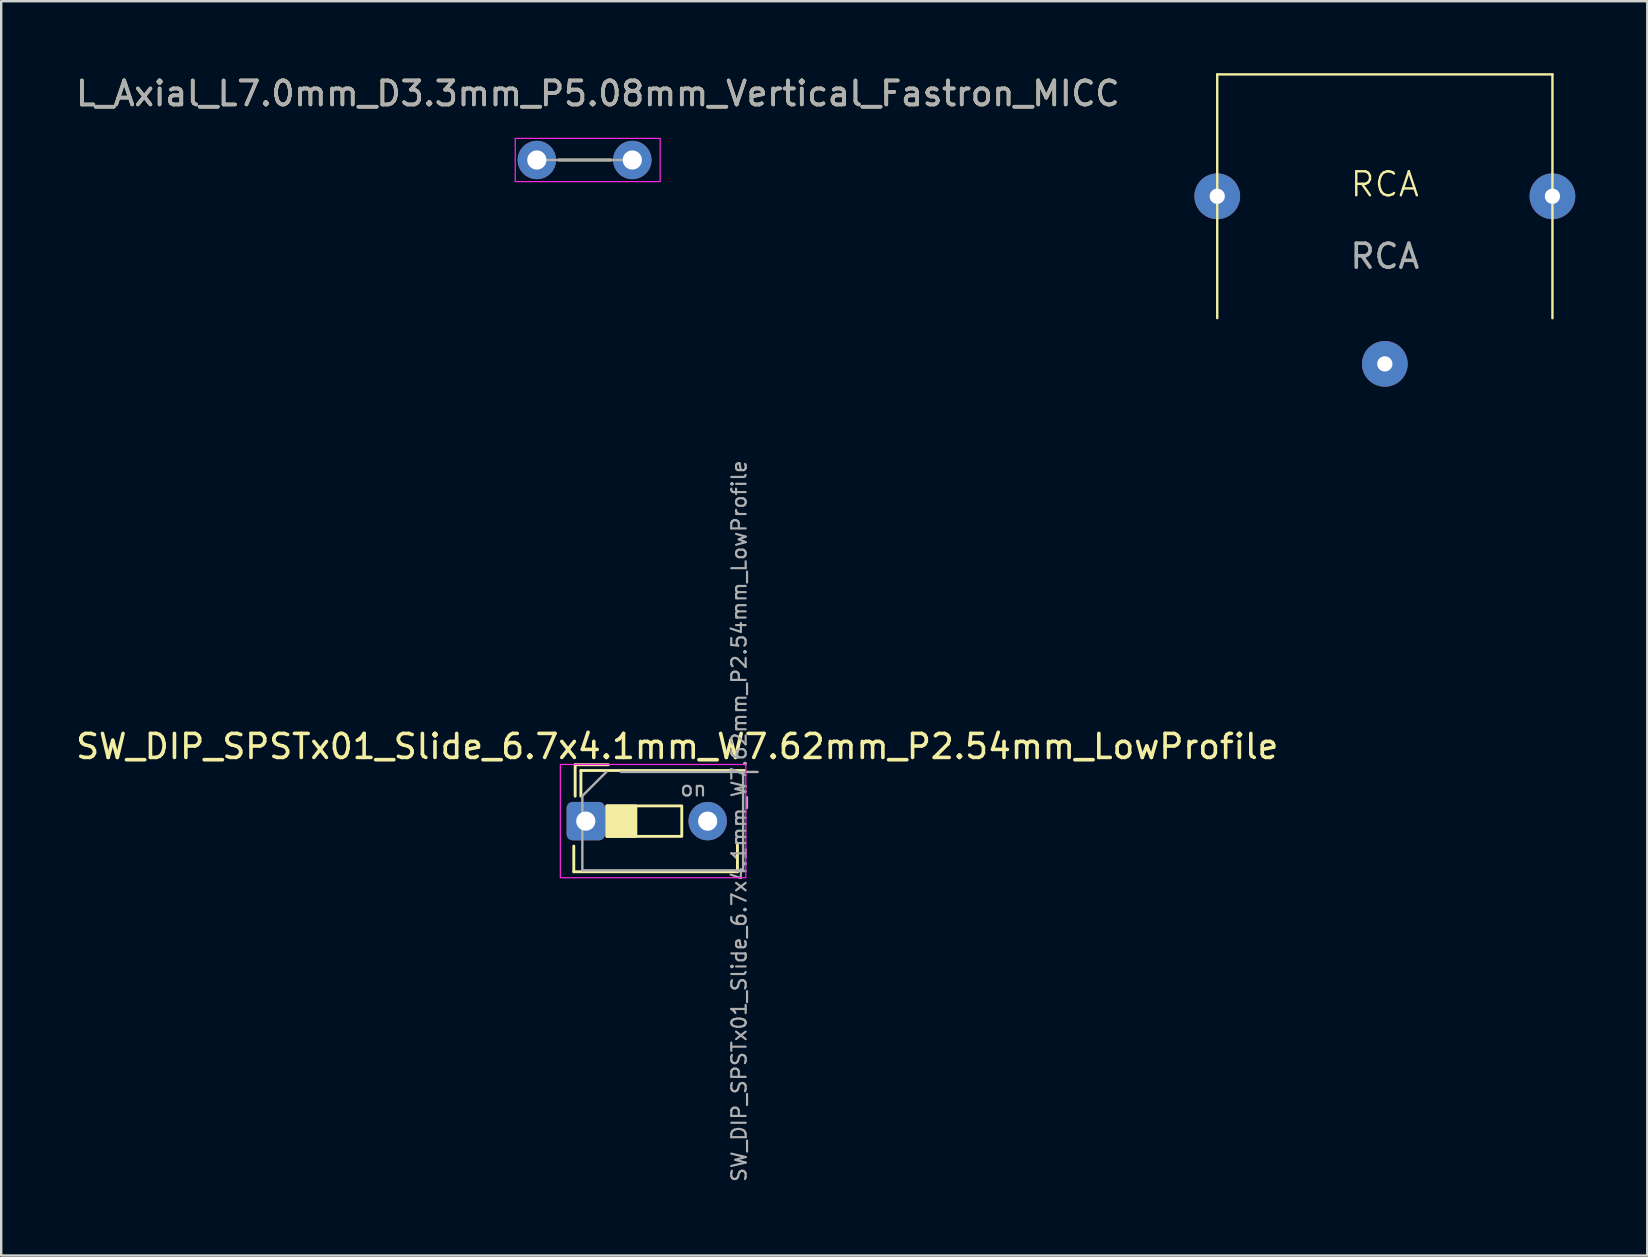
<source format=kicad_pcb>
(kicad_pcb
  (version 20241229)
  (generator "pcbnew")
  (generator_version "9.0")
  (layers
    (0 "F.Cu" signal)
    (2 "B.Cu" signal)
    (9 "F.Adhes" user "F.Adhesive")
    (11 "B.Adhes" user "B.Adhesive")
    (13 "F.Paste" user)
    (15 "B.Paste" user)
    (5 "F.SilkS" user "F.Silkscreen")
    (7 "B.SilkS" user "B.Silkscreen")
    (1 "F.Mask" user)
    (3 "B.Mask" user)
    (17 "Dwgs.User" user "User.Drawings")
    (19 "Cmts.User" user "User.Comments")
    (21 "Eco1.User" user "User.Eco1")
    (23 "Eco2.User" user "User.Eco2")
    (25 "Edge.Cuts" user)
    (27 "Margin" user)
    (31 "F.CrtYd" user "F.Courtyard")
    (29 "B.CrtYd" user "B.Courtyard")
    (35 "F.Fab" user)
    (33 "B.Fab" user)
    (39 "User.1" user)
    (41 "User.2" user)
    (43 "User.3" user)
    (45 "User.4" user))
  (footprint "RCA"
    (layer "F.Cu")
    (at 54.664 5.13)
    (property "Reference" "RCA" (at 0 -0.5 0) (unlocked yes) (layer "F.SilkS") (effects (font (size 1 1) (thickness 0.1))))
    (attr smd)
    (fp_line (start -6.985 -5.08) (end -6.985 0) (stroke (width 0.1) (type default)) (layer "F.SilkS"))
    (fp_line (start -6.985 0) (end -6.985 5.08) (stroke (width 0.1) (type default)) (layer "F.SilkS"))
    (fp_line (start 6.985 -5.08) (end -6.985 -5.08) (stroke (width 0.1) (type default)) (layer "F.SilkS"))
    (fp_line (start 6.985 0) (end 6.985 -5.08) (stroke (width 0.1) (type default)) (layer "F.SilkS"))
    (fp_line (start 6.985 5.08) (end 6.985 0) (stroke (width 0.1) (type default)) (layer "F.SilkS"))
    (fp_text user "${REFERENCE}" (at 0 2.5 0) (unlocked yes) (layer "F.Fab") (effects (font (size 1 1) (thickness 0.15))))
    (pad "1" thru_hole circle (at 0 6.985) (size 1.905 1.905) (drill 0.635) (layers "*.Cu" "*.Mask"))
    (pad "2" thru_hole circle (at -6.985 0) (size 1.905 1.905) (drill 0.635) (layers "*.Cu" "*.Mask"))
    (pad "2" thru_hole circle (at 6.985 0) (size 1.905 1.905) (drill 0.635) (layers "*.Cu" "*.Mask")))
  (footprint "L_Axial_L7.0mm_D3.3mm_P5.08mm_Vertical_Fastron_MICC"
    (layer "F.Cu")
    (at 19.323 3.618)
    (property "Reference" "L_Axial_L7.0mm_D3.3mm_P5.08mm_Vertical_Fastron_MICC" (at 2.54 -2.77 0) (layer "F.SilkS") (effects (font (size 1 1) (thickness 0.15))))
    (attr through_hole)
    (fp_line (start 0.895 0) (end 3.105 0) (stroke (width 0.12) (type solid)) (layer "F.SilkS"))
    (fp_rect (start -0.9 -0.9) (end 5.14 0.9) (stroke (width 0.05) (type solid)) (fill no) (layer "F.CrtYd"))
    (fp_line (start 0 0) (end 4 0) (stroke (width 0.1) (type solid)) (layer "F.Fab"))
    (fp_text user "${REFERENCE}" (at 2.54 -2.77 0) (layer "F.Fab") (effects (font (size 1 1) (thickness 0.15))))
    (pad "1" thru_hole circle (at 0 0) (size 1.6 1.6) (drill 0.8) (layers "*.Cu" "*.Mask"))
    (pad "2" thru_hole circle (at 3.98 0) (size 1.6 1.6) (drill 0.8) (layers "*.Cu" "*.Mask")))
  (footprint "SW_DIP_SPSTx01_Slide_6.7x4.1mm_W7.62mm_P2.54mm_LowProfile"
    (layer "F.Cu")
    (at 21.363 31.171)
    (property "Reference" "SW_DIP_SPSTx01_Slide_6.7x4.1mm_W7.62mm_P2.54mm_LowProfile" (at 3.81 -3.11 0) (layer "F.SilkS") (effects (font (size 1 1) (thickness 0.15))))
    (attr through_hole)
    (fp_line (start -0.5 1.04) (end -0.5 2.11) (stroke (width 0.12) (type solid)) (layer "F.SilkS"))
    (fp_line (start -0.5 2.11) (end 6.32 2.11) (stroke (width 0.12) (type solid)) (layer "F.SilkS"))
    (fp_line (start -0.443 -2.35) (end -0.443 -1.04) (stroke (width 0.12) (type solid)) (layer "F.SilkS"))
    (fp_line (start -0.443 -2.35) (end 0.94 -2.35) (stroke (width 0.12) (type solid)) (layer "F.SilkS"))
    (fp_line (start -0.203 -2.11) (end -0.203 -1.04) (stroke (width 0.12) (type solid)) (layer "F.SilkS"))
    (fp_line (start -0.203 -2.11) (end 6.617 -2.11) (stroke (width 0.12) (type solid)) (layer "F.SilkS"))
    (fp_line (start 6.32 0.96) (end 6.32 2.11) (stroke (width 0.12) (type solid)) (layer "F.SilkS"))
    (fp_rect (start 0.88 -0.635) (end 2.087 0.635) (stroke (width 0.12) (type solid)) (fill yes) (layer "F.SilkS"))
    (fp_rect (start 0.88 -0.635) (end 4 0.635) (stroke (width 0.12) (type solid)) (fill no) (layer "F.SilkS"))
    (fp_rect (start -1.06 -2.36) (end 6.67 2.36) (stroke (width 0.05) (type solid)) (fill no) (layer "F.CrtYd"))
    (fp_line (start -0.143 -1.05) (end 0.857 -2.05) (stroke (width 0.1) (type solid)) (layer "F.Fab"))
    (fp_line (start -0.143 2.05) (end -0.143 -1.05) (stroke (width 0.1) (type solid)) (layer "F.Fab"))
    (fp_line (start 1.46 -2.05) (end 7.16 -2.05) (stroke (width 0.1) (type solid)) (layer "F.Fab"))
    (fp_line (start 6.557 -2.05) (end 6.557 2.05) (stroke (width 0.1) (type solid)) (layer "F.Fab"))
    (fp_line (start 6.557 2.05) (end -0.143 2.05) (stroke (width 0.1) (type solid)) (layer "F.Fab"))
    (fp_text user "${REFERENCE}" (at 6.39 0 90) (layer "F.Fab") (effects (font (size 0.6 0.6) (thickness 0.09))))
    (fp_text user "on" (at 4.485 -1.343 0) (layer "F.Fab") (effects (font (size 0.6 0.6) (thickness 0.09))))
    (pad "1" thru_hole roundrect (at 0 0) (size 1.6 1.6) (drill 0.8) (layers "*.Cu" "*.Mask") (roundrect_rratio 0.156))
    (pad "2" thru_hole circle (at 5.08 0) (size 1.6 1.6) (drill 0.8) (layers "*.Cu" "*.Mask")))
  (gr_rect
    (start -3 -3)
    (end 65.601 49.275)
    (stroke (width 0.1) (type default))
    (fill no)
    (layer "Edge.Cuts")))
</source>
